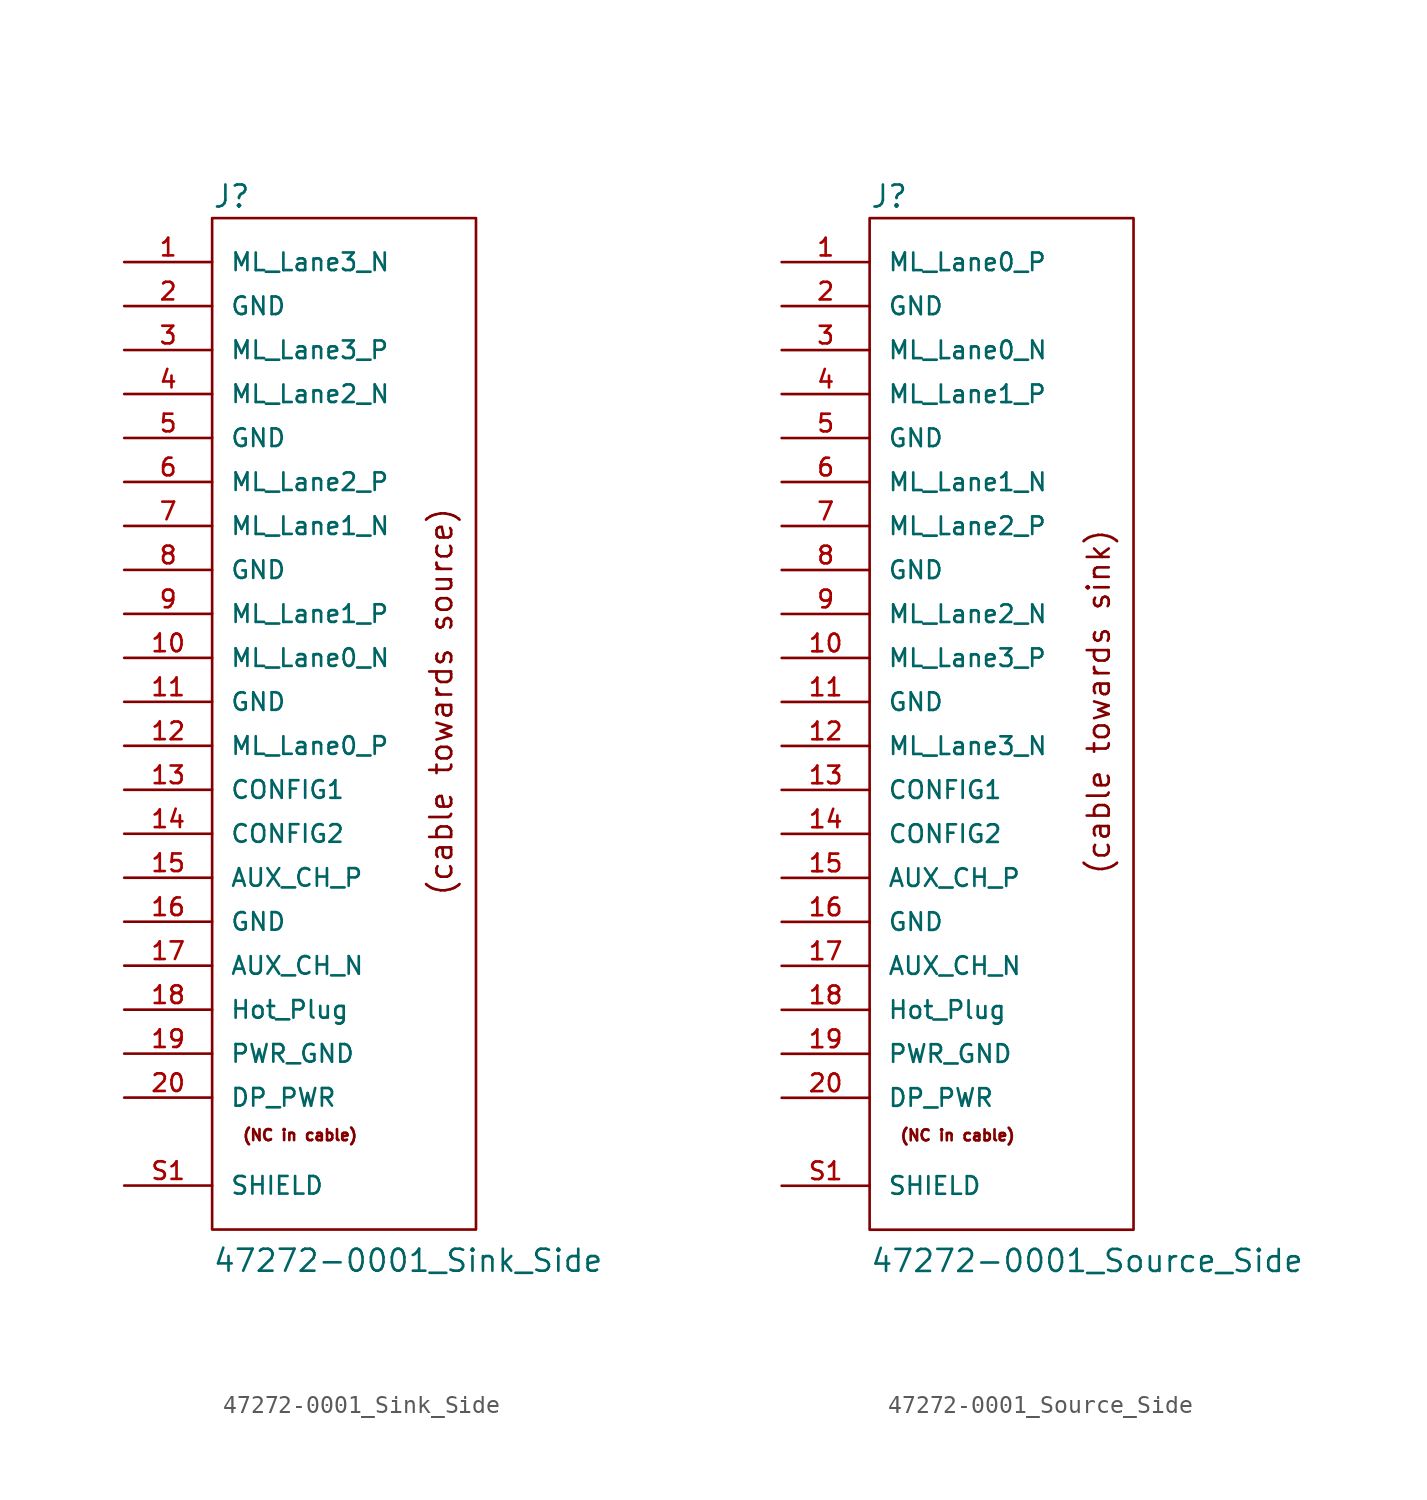
<source format=kicad_sym>
(kicad_symbol_lib
  (version 20211014)
  (generator kicad_symbol_editor)
  (symbol "47272-0001_Sink_Side"
    (pin_names
      (offset 1.016))
    (property "Reference" "J"
      (at -7.62 28.448 0)
      (effects (font (size 1.27 1.27)) (justify left bottom)))
    (property "Value" "47272-0001_Sink_Side"
      (at -7.62 -33.02 0)
      (effects (font (size 1.27 1.27)) (justify left bottom)))
    (symbol "47272-0001_Sink_Side_0_0"
      (text "(NC in cable)" (at -2.54 -25.4 0) (effects (font (size 0.635 0.635)) (justify bottom)))
      (pin passive line (at -12.7 25.4 0) (length 5.08) (name "ML_Lane3_N" (effects (font (size 1.016 1.016)))) (number "1" (effects (font (size 1.016 1.016)))))
      (pin passive line (at -12.7 2.54 0) (length 5.08) (name "ML_Lane0_N" (effects (font (size 1.016 1.016)))) (number "10" (effects (font (size 1.016 1.016)))))
      (pin passive line (at -12.7 0 0) (length 5.08) (name "GND" (effects (font (size 1.016 1.016)))) (number "11" (effects (font (size 1.016 1.016)))))
      (pin passive line (at -12.7 -2.54 0) (length 5.08) (name "ML_Lane0_P" (effects (font (size 1.016 1.016)))) (number "12" (effects (font (size 1.016 1.016)))))
      (pin passive line (at -12.7 -5.08 0) (length 5.08) (name "CONFIG1" (effects (font (size 1.016 1.016)))) (number "13" (effects (font (size 1.016 1.016)))))
      (pin passive line (at -12.7 -7.62 0) (length 5.08) (name "CONFIG2" (effects (font (size 1.016 1.016)))) (number "14" (effects (font (size 1.016 1.016)))))
      (pin passive line (at -12.7 -10.16 0) (length 5.08) (name "AUX_CH_P" (effects (font (size 1.016 1.016)))) (number "15" (effects (font (size 1.016 1.016)))))
      (pin passive line (at -12.7 -12.7 0) (length 5.08) (name "GND" (effects (font (size 1.016 1.016)))) (number "16" (effects (font (size 1.016 1.016)))))
      (pin passive line (at -12.7 -15.24 0) (length 5.08) (name "AUX_CH_N" (effects (font (size 1.016 1.016)))) (number "17" (effects (font (size 1.016 1.016)))))
      (pin passive line (at -12.7 -17.78 0) (length 5.08) (name "Hot_Plug" (effects (font (size 1.016 1.016)))) (number "18" (effects (font (size 1.016 1.016)))))
      (pin passive line (at -12.7 -20.32 0) (length 5.08) (name "PWR_GND" (effects (font (size 1.016 1.016)))) (number "19" (effects (font (size 1.016 1.016)))))
      (pin passive line (at -12.7 22.86 0) (length 5.08) (name "GND" (effects (font (size 1.016 1.016)))) (number "2" (effects (font (size 1.016 1.016)))))
      (pin passive line (at -12.7 -22.86 0) (length 5.08) (name "DP_PWR" (effects (font (size 1.016 1.016)))) (number "20" (effects (font (size 1.016 1.016)))))
      (pin passive line (at -12.7 20.32 0) (length 5.08) (name "ML_Lane3_P" (effects (font (size 1.016 1.016)))) (number "3" (effects (font (size 1.016 1.016)))))
      (pin passive line (at -12.7 17.78 0) (length 5.08) (name "ML_Lane2_N" (effects (font (size 1.016 1.016)))) (number "4" (effects (font (size 1.016 1.016)))))
      (pin passive line (at -12.7 15.24 0) (length 5.08) (name "GND" (effects (font (size 1.016 1.016)))) (number "5" (effects (font (size 1.016 1.016)))))
      (pin passive line (at -12.7 12.7 0) (length 5.08) (name "ML_Lane2_P" (effects (font (size 1.016 1.016)))) (number "6" (effects (font (size 1.016 1.016)))))
      (pin passive line (at -12.7 10.16 0) (length 5.08) (name "ML_Lane1_N" (effects (font (size 1.016 1.016)))) (number "7" (effects (font (size 1.016 1.016)))))
      (pin passive line (at -12.7 7.62 0) (length 5.08) (name "GND" (effects (font (size 1.016 1.016)))) (number "8" (effects (font (size 1.016 1.016)))))
      (pin passive line (at -12.7 5.08 0) (length 5.08) (name "ML_Lane1_P" (effects (font (size 1.016 1.016)))) (number "9" (effects (font (size 1.016 1.016)))))
      (pin passive line (at -12.7 -27.94 0) (length 5.08) (name "SHIELD" (effects (font (size 1.016 1.016)))) (number "S1" (effects (font (size 1.016 1.016)))))
      (pin passive line (at -12.7 -27.94 0) (length 5.08) hide (name "SHIELD" (effects (font (size 1.016 1.016)))) (number "S2" (effects (font (size 1.016 1.016)))))
      (pin passive line (at -12.7 -27.94 0) (length 5.08) hide (name "SHIELD" (effects (font (size 1.016 1.016)))) (number "S3" (effects (font (size 1.016 1.016)))))
      (pin passive line (at -12.7 -27.94 0) (length 5.08) hide (name "SHIELD" (effects (font (size 1.016 1.016)))) (number "S4" (effects (font (size 1.016 1.016))))))
    (symbol "47272-0001_Sink_Side_0_1"
      (rectangle (start -7.62 -30.48) (end 7.62 27.94) (stroke (width 0) (type default) (color 0 0 0 0)) (fill (type none))))
    (symbol "47272-0001_Sink_Side_1_1"
      (text "(cable towards source)" (at 6.35 0 900) (effects (font (size 1.27 1.27)) (justify bottom)))))
  (symbol "47272-0001_Source_Side"
    (pin_names
      (offset 1.016))
    (property "Reference" "J"
      (at -7.62 28.448 0)
      (effects (font (size 1.27 1.27)) (justify left bottom)))
    (property "Value" "47272-0001_Source_Side"
      (at -7.62 -33.02 0)
      (effects (font (size 1.27 1.27)) (justify left bottom)))
    (symbol "47272-0001_Source_Side_0_0"
      (text "(NC in cable)" (at -2.54 -25.4 0) (effects (font (size 0.635 0.635)) (justify bottom)))
      (pin passive line (at -12.7 25.4 0) (length 5.08) (name "ML_Lane0_P" (effects (font (size 1.016 1.016)))) (number "1" (effects (font (size 1.016 1.016)))))
      (pin passive line (at -12.7 2.54 0) (length 5.08) (name "ML_Lane3_P" (effects (font (size 1.016 1.016)))) (number "10" (effects (font (size 1.016 1.016)))))
      (pin passive line (at -12.7 0 0) (length 5.08) (name "GND" (effects (font (size 1.016 1.016)))) (number "11" (effects (font (size 1.016 1.016)))))
      (pin passive line (at -12.7 -2.54 0) (length 5.08) (name "ML_Lane3_N" (effects (font (size 1.016 1.016)))) (number "12" (effects (font (size 1.016 1.016)))))
      (pin passive line (at -12.7 -5.08 0) (length 5.08) (name "CONFIG1" (effects (font (size 1.016 1.016)))) (number "13" (effects (font (size 1.016 1.016)))))
      (pin passive line (at -12.7 -7.62 0) (length 5.08) (name "CONFIG2" (effects (font (size 1.016 1.016)))) (number "14" (effects (font (size 1.016 1.016)))))
      (pin passive line (at -12.7 -10.16 0) (length 5.08) (name "AUX_CH_P" (effects (font (size 1.016 1.016)))) (number "15" (effects (font (size 1.016 1.016)))))
      (pin passive line (at -12.7 -12.7 0) (length 5.08) (name "GND" (effects (font (size 1.016 1.016)))) (number "16" (effects (font (size 1.016 1.016)))))
      (pin passive line (at -12.7 -15.24 0) (length 5.08) (name "AUX_CH_N" (effects (font (size 1.016 1.016)))) (number "17" (effects (font (size 1.016 1.016)))))
      (pin passive line (at -12.7 -17.78 0) (length 5.08) (name "Hot_Plug" (effects (font (size 1.016 1.016)))) (number "18" (effects (font (size 1.016 1.016)))))
      (pin passive line (at -12.7 -20.32 0) (length 5.08) (name "PWR_GND" (effects (font (size 1.016 1.016)))) (number "19" (effects (font (size 1.016 1.016)))))
      (pin passive line (at -12.7 22.86 0) (length 5.08) (name "GND" (effects (font (size 1.016 1.016)))) (number "2" (effects (font (size 1.016 1.016)))))
      (pin passive line (at -12.7 -22.86 0) (length 5.08) (name "DP_PWR" (effects (font (size 1.016 1.016)))) (number "20" (effects (font (size 1.016 1.016)))))
      (pin passive line (at -12.7 20.32 0) (length 5.08) (name "ML_Lane0_N" (effects (font (size 1.016 1.016)))) (number "3" (effects (font (size 1.016 1.016)))))
      (pin passive line (at -12.7 17.78 0) (length 5.08) (name "ML_Lane1_P" (effects (font (size 1.016 1.016)))) (number "4" (effects (font (size 1.016 1.016)))))
      (pin passive line (at -12.7 15.24 0) (length 5.08) (name "GND" (effects (font (size 1.016 1.016)))) (number "5" (effects (font (size 1.016 1.016)))))
      (pin passive line (at -12.7 12.7 0) (length 5.08) (name "ML_Lane1_N" (effects (font (size 1.016 1.016)))) (number "6" (effects (font (size 1.016 1.016)))))
      (pin passive line (at -12.7 10.16 0) (length 5.08) (name "ML_Lane2_P" (effects (font (size 1.016 1.016)))) (number "7" (effects (font (size 1.016 1.016)))))
      (pin passive line (at -12.7 7.62 0) (length 5.08) (name "GND" (effects (font (size 1.016 1.016)))) (number "8" (effects (font (size 1.016 1.016)))))
      (pin passive line (at -12.7 5.08 0) (length 5.08) (name "ML_Lane2_N" (effects (font (size 1.016 1.016)))) (number "9" (effects (font (size 1.016 1.016)))))
      (pin passive line (at -12.7 -27.94 0) (length 5.08) (name "SHIELD" (effects (font (size 1.016 1.016)))) (number "S1" (effects (font (size 1.016 1.016)))))
      (pin passive line (at -12.7 -27.94 0) (length 5.08) hide (name "SHIELD" (effects (font (size 1.016 1.016)))) (number "S2" (effects (font (size 1.016 1.016)))))
      (pin passive line (at -12.7 -27.94 0) (length 5.08) hide (name "SHIELD" (effects (font (size 1.016 1.016)))) (number "S3" (effects (font (size 1.016 1.016)))))
      (pin passive line (at -12.7 -27.94 0) (length 5.08) hide (name "SHIELD" (effects (font (size 1.016 1.016)))) (number "S4" (effects (font (size 1.016 1.016))))))
    (symbol "47272-0001_Source_Side_0_1"
      (rectangle (start -7.62 -30.48) (end 7.62 27.94) (stroke (width 0) (type default) (color 0 0 0 0)) (fill (type none))))
    (symbol "47272-0001_Source_Side_1_1"
      (text "(cable towards sink)" (at 6.35 0 900) (effects (font (size 1.27 1.27)) (justify bottom))))))
</source>
